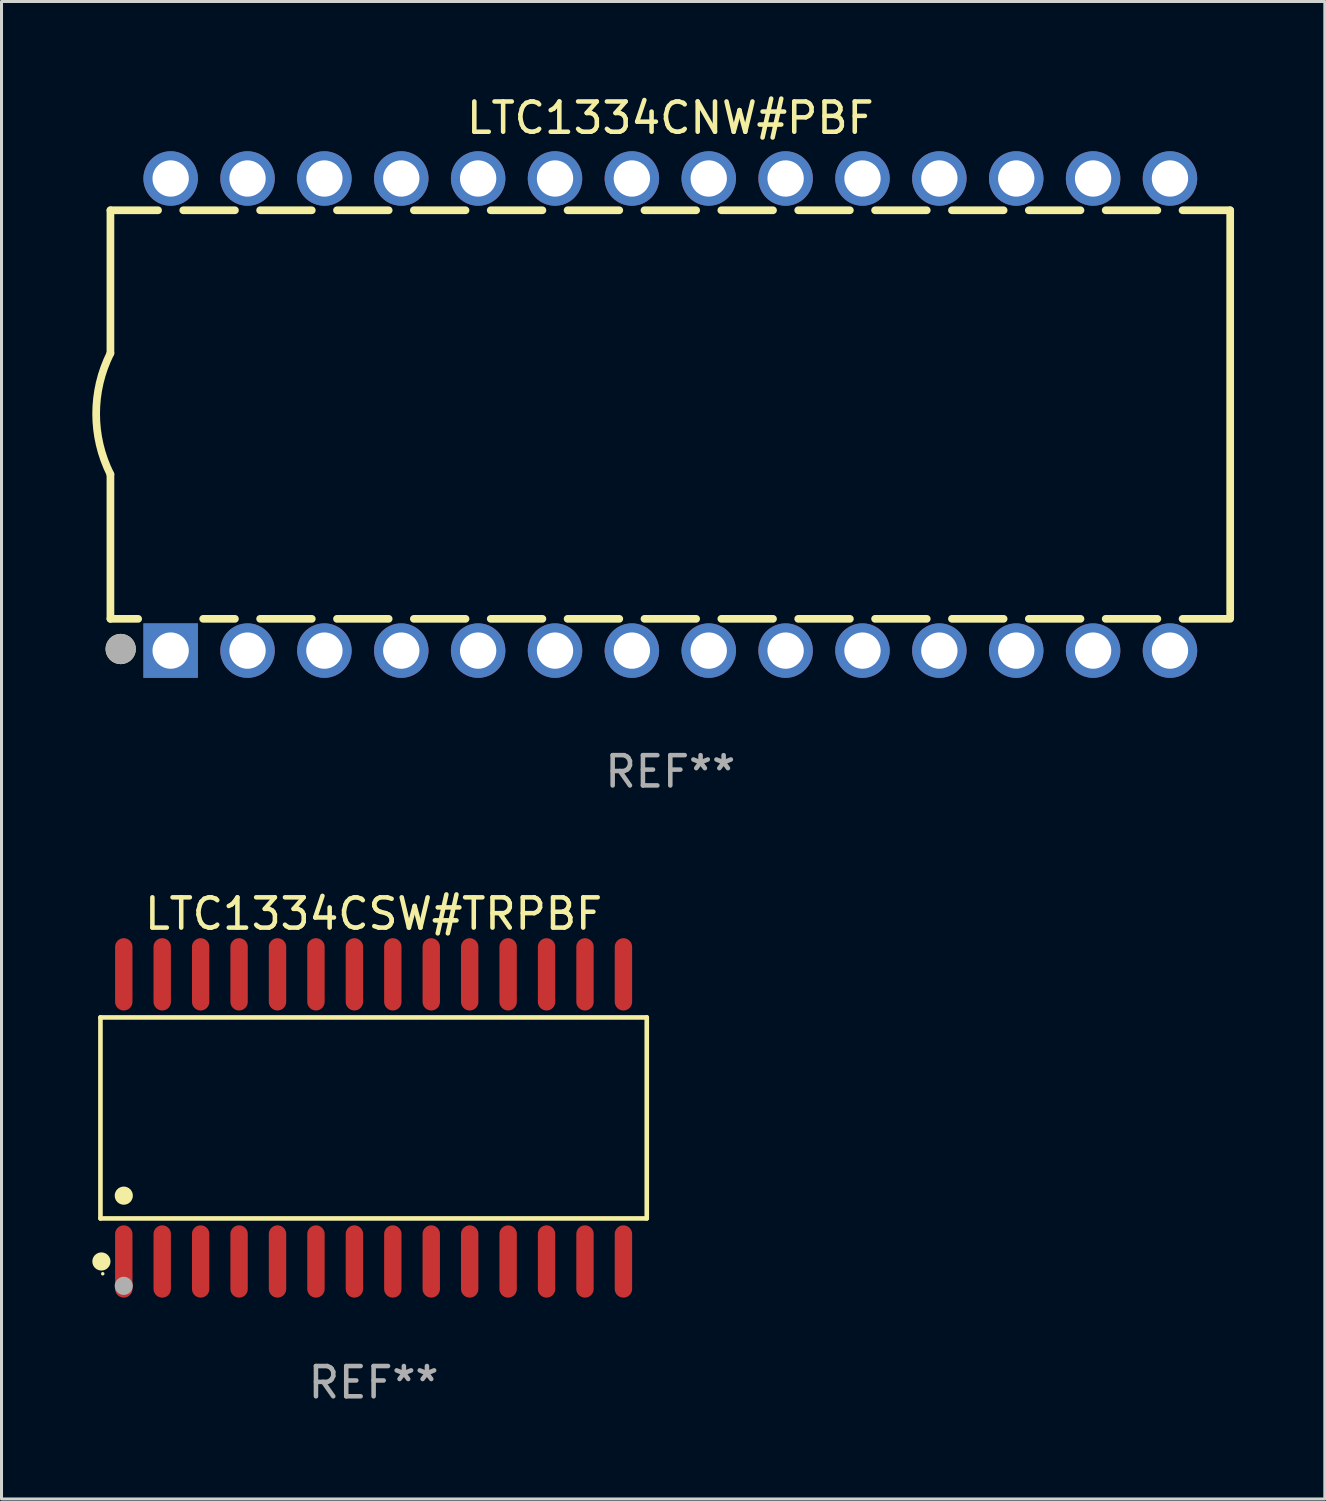
<source format=kicad_pcb>
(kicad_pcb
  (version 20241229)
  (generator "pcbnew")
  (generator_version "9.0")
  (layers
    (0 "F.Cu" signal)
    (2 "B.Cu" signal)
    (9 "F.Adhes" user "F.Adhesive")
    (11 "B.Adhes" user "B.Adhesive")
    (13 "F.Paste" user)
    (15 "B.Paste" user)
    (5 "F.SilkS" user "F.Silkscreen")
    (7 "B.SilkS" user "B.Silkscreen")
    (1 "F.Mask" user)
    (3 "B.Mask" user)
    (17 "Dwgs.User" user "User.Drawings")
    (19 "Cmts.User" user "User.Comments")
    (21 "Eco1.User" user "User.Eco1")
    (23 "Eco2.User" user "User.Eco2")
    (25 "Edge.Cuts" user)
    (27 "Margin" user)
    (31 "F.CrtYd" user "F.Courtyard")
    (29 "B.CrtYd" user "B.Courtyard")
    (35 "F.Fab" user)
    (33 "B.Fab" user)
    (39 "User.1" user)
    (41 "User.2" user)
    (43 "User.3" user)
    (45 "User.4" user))
  (footprint "LTC1334CSW#TRPBF"
    (layer "F.Cu")
    (at 9.295 33.889)
    (property "Reference" "LTC1334CSW#TRPBF" (at 0 -6.744 0) (layer "F.SilkS") (effects (font (size 1 1) (thickness 0.15))))
    (attr through_hole)
    (fp_line (start -9.026 -3.321) (end 9.026 -3.321) (stroke (width 0.152) (type solid)) (layer "F.SilkS"))
    (fp_line (start -9.026 3.321) (end -9.026 -3.321) (stroke (width 0.152) (type solid)) (layer "F.SilkS"))
    (fp_line (start 9.026 -3.321) (end 9.026 3.321) (stroke (width 0.152) (type solid)) (layer "F.SilkS"))
    (fp_line (start 9.026 3.321) (end -9.026 3.321) (stroke (width 0.152) (type solid)) (layer "F.SilkS"))
    (fp_circle (center -8.994 4.744) (end -8.844 4.744) (stroke (width 0.3) (type solid)) (fill no) (layer "F.SilkS"))
    (fp_circle (center -8.95 5.15) (end -8.92 5.15) (stroke (width 0.06) (type solid)) (fill no) (layer "F.SilkS"))
    (fp_circle (center -8.255 2.569) (end -8.105 2.569) (stroke (width 0.3) (type solid)) (fill no) (layer "F.SilkS"))
    (fp_circle (center -8.255 5.55) (end -8.105 5.55) (stroke (width 0.3) (type solid)) (fill no) (layer "F.Fab"))
    (fp_text user "REF**" (at 0 8.744 0) (layer "F.Fab") (effects (font (size 1 1) (thickness 0.15))))
    (pad "1" smd oval (at -8.255 4.744) (size 0.574 2.388) (layers "F.Cu" "F.Mask" "F.Paste"))
    (pad "2" smd oval (at -6.985 4.744) (size 0.574 2.388) (layers "F.Cu" "F.Mask" "F.Paste"))
    (pad "3" smd oval (at -5.715 4.744) (size 0.574 2.388) (layers "F.Cu" "F.Mask" "F.Paste"))
    (pad "4" smd oval (at -4.445 4.744) (size 0.574 2.388) (layers "F.Cu" "F.Mask" "F.Paste"))
    (pad "5" smd oval (at -3.175 4.744) (size 0.574 2.388) (layers "F.Cu" "F.Mask" "F.Paste"))
    (pad "6" smd oval (at -1.905 4.744) (size 0.574 2.388) (layers "F.Cu" "F.Mask" "F.Paste"))
    (pad "7" smd oval (at -0.635 4.744) (size 0.574 2.388) (layers "F.Cu" "F.Mask" "F.Paste"))
    (pad "8" smd oval (at 0.635 4.744) (size 0.574 2.388) (layers "F.Cu" "F.Mask" "F.Paste"))
    (pad "9" smd oval (at 1.905 4.744) (size 0.574 2.388) (layers "F.Cu" "F.Mask" "F.Paste"))
    (pad "10" smd oval (at 3.175 4.744) (size 0.574 2.388) (layers "F.Cu" "F.Mask" "F.Paste"))
    (pad "11" smd oval (at 4.445 4.744) (size 0.574 2.388) (layers "F.Cu" "F.Mask" "F.Paste"))
    (pad "12" smd oval (at 5.715 4.744) (size 0.574 2.388) (layers "F.Cu" "F.Mask" "F.Paste"))
    (pad "13" smd oval (at 6.985 4.744) (size 0.574 2.388) (layers "F.Cu" "F.Mask" "F.Paste"))
    (pad "14" smd oval (at 8.255 4.744) (size 0.574 2.388) (layers "F.Cu" "F.Mask" "F.Paste"))
    (pad "15" smd oval (at 8.255 -4.744) (size 0.574 2.388) (layers "F.Cu" "F.Mask" "F.Paste"))
    (pad "16" smd oval (at 6.985 -4.744) (size 0.574 2.388) (layers "F.Cu" "F.Mask" "F.Paste"))
    (pad "17" smd oval (at 5.715 -4.744) (size 0.574 2.388) (layers "F.Cu" "F.Mask" "F.Paste"))
    (pad "18" smd oval (at 4.445 -4.744) (size 0.574 2.388) (layers "F.Cu" "F.Mask" "F.Paste"))
    (pad "19" smd oval (at 3.175 -4.744) (size 0.574 2.388) (layers "F.Cu" "F.Mask" "F.Paste"))
    (pad "20" smd oval (at 1.905 -4.744) (size 0.574 2.388) (layers "F.Cu" "F.Mask" "F.Paste"))
    (pad "21" smd oval (at 0.635 -4.744) (size 0.574 2.388) (layers "F.Cu" "F.Mask" "F.Paste"))
    (pad "22" smd oval (at -0.635 -4.744) (size 0.574 2.388) (layers "F.Cu" "F.Mask" "F.Paste"))
    (pad "23" smd oval (at -1.905 -4.744) (size 0.574 2.388) (layers "F.Cu" "F.Mask" "F.Paste"))
    (pad "24" smd oval (at -3.175 -4.744) (size 0.574 2.388) (layers "F.Cu" "F.Mask" "F.Paste"))
    (pad "25" smd oval (at -4.445 -4.744) (size 0.574 2.388) (layers "F.Cu" "F.Mask" "F.Paste"))
    (pad "26" smd oval (at -5.715 -4.744) (size 0.574 2.388) (layers "F.Cu" "F.Mask" "F.Paste"))
    (pad "27" smd oval (at -6.985 -4.744) (size 0.574 2.388) (layers "F.Cu" "F.Mask" "F.Paste"))
    (pad "28" smd oval (at -8.255 -4.744) (size 0.574 2.388) (layers "F.Cu" "F.Mask" "F.Paste")))
  (footprint "LTC1334CNW#PBF"
    (layer "F.Cu")
    (at 19.099 10.648)
    (property "Reference" "LTC1334CNW#PBF" (at 0 -9.8 0) (layer "F.SilkS") (effects (font (size 1 1) (thickness 0.15))))
    (attr through_hole)
    (fp_line (start -18.5 -6.75) (end -18.5 -2.026) (stroke (width 0.254) (type solid)) (layer "F.SilkS"))
    (fp_line (start -18.5 -6.75) (end -16.926 -6.75) (stroke (width 0.254) (type solid)) (layer "F.SilkS"))
    (fp_line (start -18.5 6.75) (end -18.5 1.974) (stroke (width 0.254) (type solid)) (layer "F.SilkS"))
    (fp_line (start -18.5 6.75) (end -17.584 6.75) (stroke (width 0.254) (type solid)) (layer "F.SilkS"))
    (fp_line (start -16.094 -6.75) (end -14.386 -6.75) (stroke (width 0.254) (type solid)) (layer "F.SilkS"))
    (fp_line (start -15.436 6.75) (end -14.386 6.75) (stroke (width 0.254) (type solid)) (layer "F.SilkS"))
    (fp_line (start -13.554 -6.75) (end -11.846 -6.75) (stroke (width 0.254) (type solid)) (layer "F.SilkS"))
    (fp_line (start -13.554 6.75) (end -11.846 6.75) (stroke (width 0.254) (type solid)) (layer "F.SilkS"))
    (fp_line (start -11.014 -6.75) (end -9.306 -6.75) (stroke (width 0.254) (type solid)) (layer "F.SilkS"))
    (fp_line (start -11.014 6.75) (end -9.306 6.75) (stroke (width 0.254) (type solid)) (layer "F.SilkS"))
    (fp_line (start -8.474 -6.75) (end -6.766 -6.75) (stroke (width 0.254) (type solid)) (layer "F.SilkS"))
    (fp_line (start -8.474 6.75) (end -6.766 6.75) (stroke (width 0.254) (type solid)) (layer "F.SilkS"))
    (fp_line (start -5.934 -6.75) (end -4.226 -6.75) (stroke (width 0.254) (type solid)) (layer "F.SilkS"))
    (fp_line (start -5.934 6.75) (end -4.226 6.75) (stroke (width 0.254) (type solid)) (layer "F.SilkS"))
    (fp_line (start -3.394 -6.75) (end -1.686 -6.75) (stroke (width 0.254) (type solid)) (layer "F.SilkS"))
    (fp_line (start -3.394 6.75) (end -1.686 6.75) (stroke (width 0.254) (type solid)) (layer "F.SilkS"))
    (fp_line (start -0.854 -6.75) (end 0.854 -6.75) (stroke (width 0.254) (type solid)) (layer "F.SilkS"))
    (fp_line (start -0.854 6.75) (end 0.854 6.75) (stroke (width 0.254) (type solid)) (layer "F.SilkS"))
    (fp_line (start 1.686 -6.75) (end 3.394 -6.75) (stroke (width 0.254) (type solid)) (layer "F.SilkS"))
    (fp_line (start 1.686 6.75) (end 3.394 6.75) (stroke (width 0.254) (type solid)) (layer "F.SilkS"))
    (fp_line (start 4.226 -6.75) (end 5.934 -6.75) (stroke (width 0.254) (type solid)) (layer "F.SilkS"))
    (fp_line (start 4.226 6.75) (end 5.934 6.75) (stroke (width 0.254) (type solid)) (layer "F.SilkS"))
    (fp_line (start 6.766 -6.75) (end 8.474 -6.75) (stroke (width 0.254) (type solid)) (layer "F.SilkS"))
    (fp_line (start 6.766 6.75) (end 8.474 6.75) (stroke (width 0.254) (type solid)) (layer "F.SilkS"))
    (fp_line (start 9.306 -6.75) (end 11.014 -6.75) (stroke (width 0.254) (type solid)) (layer "F.SilkS"))
    (fp_line (start 9.306 6.75) (end 11.014 6.75) (stroke (width 0.254) (type solid)) (layer "F.SilkS"))
    (fp_line (start 11.846 -6.75) (end 13.554 -6.75) (stroke (width 0.254) (type solid)) (layer "F.SilkS"))
    (fp_line (start 11.846 6.75) (end 13.554 6.75) (stroke (width 0.254) (type solid)) (layer "F.SilkS"))
    (fp_line (start 14.386 -6.75) (end 16.094 -6.75) (stroke (width 0.254) (type solid)) (layer "F.SilkS"))
    (fp_line (start 14.386 6.75) (end 16.094 6.75) (stroke (width 0.254) (type solid)) (layer "F.SilkS"))
    (fp_line (start 16.926 -6.75) (end 18.5 -6.75) (stroke (width 0.254) (type solid)) (layer "F.SilkS"))
    (fp_line (start 16.926 6.75) (end 18.415 6.75) (stroke (width 0.254) (type solid)) (layer "F.SilkS"))
    (fp_line (start 18.5 6.75) (end 18.5 -6.75) (stroke (width 0.254) (type solid)) (layer "F.SilkS"))
    (fp_arc (start -18.500051 1.974384) (mid -18.972187 -0.025616) (end -18.500051 -2.025616) (stroke (width 0.254001) (type solid)) (layer "F.SilkS"))
    (fp_circle (center -18.5 7.8) (end -18.47 7.8) (stroke (width 0.06) (type solid)) (fill no) (layer "F.SilkS"))
    (fp_circle (center -18.161 7.747) (end -17.911 7.747) (stroke (width 0.5) (type solid)) (fill no) (layer "F.SilkS"))
    (fp_circle (center -18.161 7.747) (end -17.911 7.747) (stroke (width 0.5) (type solid)) (fill no) (layer "F.Fab"))
    (fp_text user "REF**" (at 0 11.8 0) (layer "F.Fab") (effects (font (size 1 1) (thickness 0.15))))
    (pad "1" thru_hole rect (at -16.51 7.8) (size 1.8 1.8) (drill 1.2) (layers "*.Cu" "*.Mask"))
    (pad "2" thru_hole circle (at -13.97 7.8) (size 1.8 1.8) (drill 1.2) (layers "*.Cu" "*.Mask"))
    (pad "3" thru_hole circle (at -11.43 7.8) (size 1.8 1.8) (drill 1.2) (layers "*.Cu" "*.Mask"))
    (pad "4" thru_hole circle (at -8.89 7.8) (size 1.8 1.8) (drill 1.2) (layers "*.Cu" "*.Mask"))
    (pad "5" thru_hole circle (at -6.35 7.8) (size 1.8 1.8) (drill 1.2) (layers "*.Cu" "*.Mask"))
    (pad "6" thru_hole circle (at -3.81 7.8) (size 1.8 1.8) (drill 1.2) (layers "*.Cu" "*.Mask"))
    (pad "7" thru_hole circle (at -1.27 7.8) (size 1.8 1.8) (drill 1.2) (layers "*.Cu" "*.Mask"))
    (pad "8" thru_hole circle (at 1.27 7.8) (size 1.8 1.8) (drill 1.2) (layers "*.Cu" "*.Mask"))
    (pad "9" thru_hole circle (at 3.81 7.8) (size 1.8 1.8) (drill 1.2) (layers "*.Cu" "*.Mask"))
    (pad "10" thru_hole circle (at 6.35 7.8) (size 1.8 1.8) (drill 1.2) (layers "*.Cu" "*.Mask"))
    (pad "11" thru_hole circle (at 8.89 7.8) (size 1.8 1.8) (drill 1.2) (layers "*.Cu" "*.Mask"))
    (pad "12" thru_hole circle (at 11.43 7.8) (size 1.8 1.8) (drill 1.2) (layers "*.Cu" "*.Mask"))
    (pad "13" thru_hole circle (at 13.97 7.8) (size 1.8 1.8) (drill 1.2) (layers "*.Cu" "*.Mask"))
    (pad "14" thru_hole circle (at 16.51 7.8) (size 1.8 1.8) (drill 1.2) (layers "*.Cu" "*.Mask"))
    (pad "15" thru_hole circle (at 16.51 -7.8) (size 1.8 1.8) (drill 1.2) (layers "*.Cu" "*.Mask"))
    (pad "16" thru_hole circle (at 13.97 -7.8) (size 1.8 1.8) (drill 1.2) (layers "*.Cu" "*.Mask"))
    (pad "17" thru_hole circle (at 11.43 -7.8) (size 1.8 1.8) (drill 1.2) (layers "*.Cu" "*.Mask"))
    (pad "18" thru_hole circle (at 8.89 -7.8) (size 1.8 1.8) (drill 1.2) (layers "*.Cu" "*.Mask"))
    (pad "19" thru_hole circle (at 6.35 -7.8) (size 1.8 1.8) (drill 1.2) (layers "*.Cu" "*.Mask"))
    (pad "20" thru_hole circle (at 3.81 -7.8) (size 1.8 1.8) (drill 1.2) (layers "*.Cu" "*.Mask"))
    (pad "21" thru_hole circle (at 1.27 -7.8) (size 1.8 1.8) (drill 1.2) (layers "*.Cu" "*.Mask"))
    (pad "22" thru_hole circle (at -1.27 -7.8) (size 1.8 1.8) (drill 1.2) (layers "*.Cu" "*.Mask"))
    (pad "23" thru_hole circle (at -3.81 -7.8) (size 1.8 1.8) (drill 1.2) (layers "*.Cu" "*.Mask"))
    (pad "24" thru_hole circle (at -6.35 -7.8) (size 1.8 1.8) (drill 1.2) (layers "*.Cu" "*.Mask"))
    (pad "25" thru_hole circle (at -8.89 -7.8) (size 1.8 1.8) (drill 1.2) (layers "*.Cu" "*.Mask"))
    (pad "26" thru_hole circle (at -11.43 -7.8) (size 1.8 1.8) (drill 1.2) (layers "*.Cu" "*.Mask"))
    (pad "27" thru_hole circle (at -13.97 -7.8) (size 1.8 1.8) (drill 1.2) (layers "*.Cu" "*.Mask"))
    (pad "28" thru_hole circle (at -16.51 -7.8) (size 1.8 1.8) (drill 1.2) (layers "*.Cu" "*.Mask")))
  (gr_rect
    (start -3 -3)
    (end 40.726 46.481)
    (stroke (width 0.1) (type default))
    (fill no)
    (layer "Edge.Cuts")))
</source>
